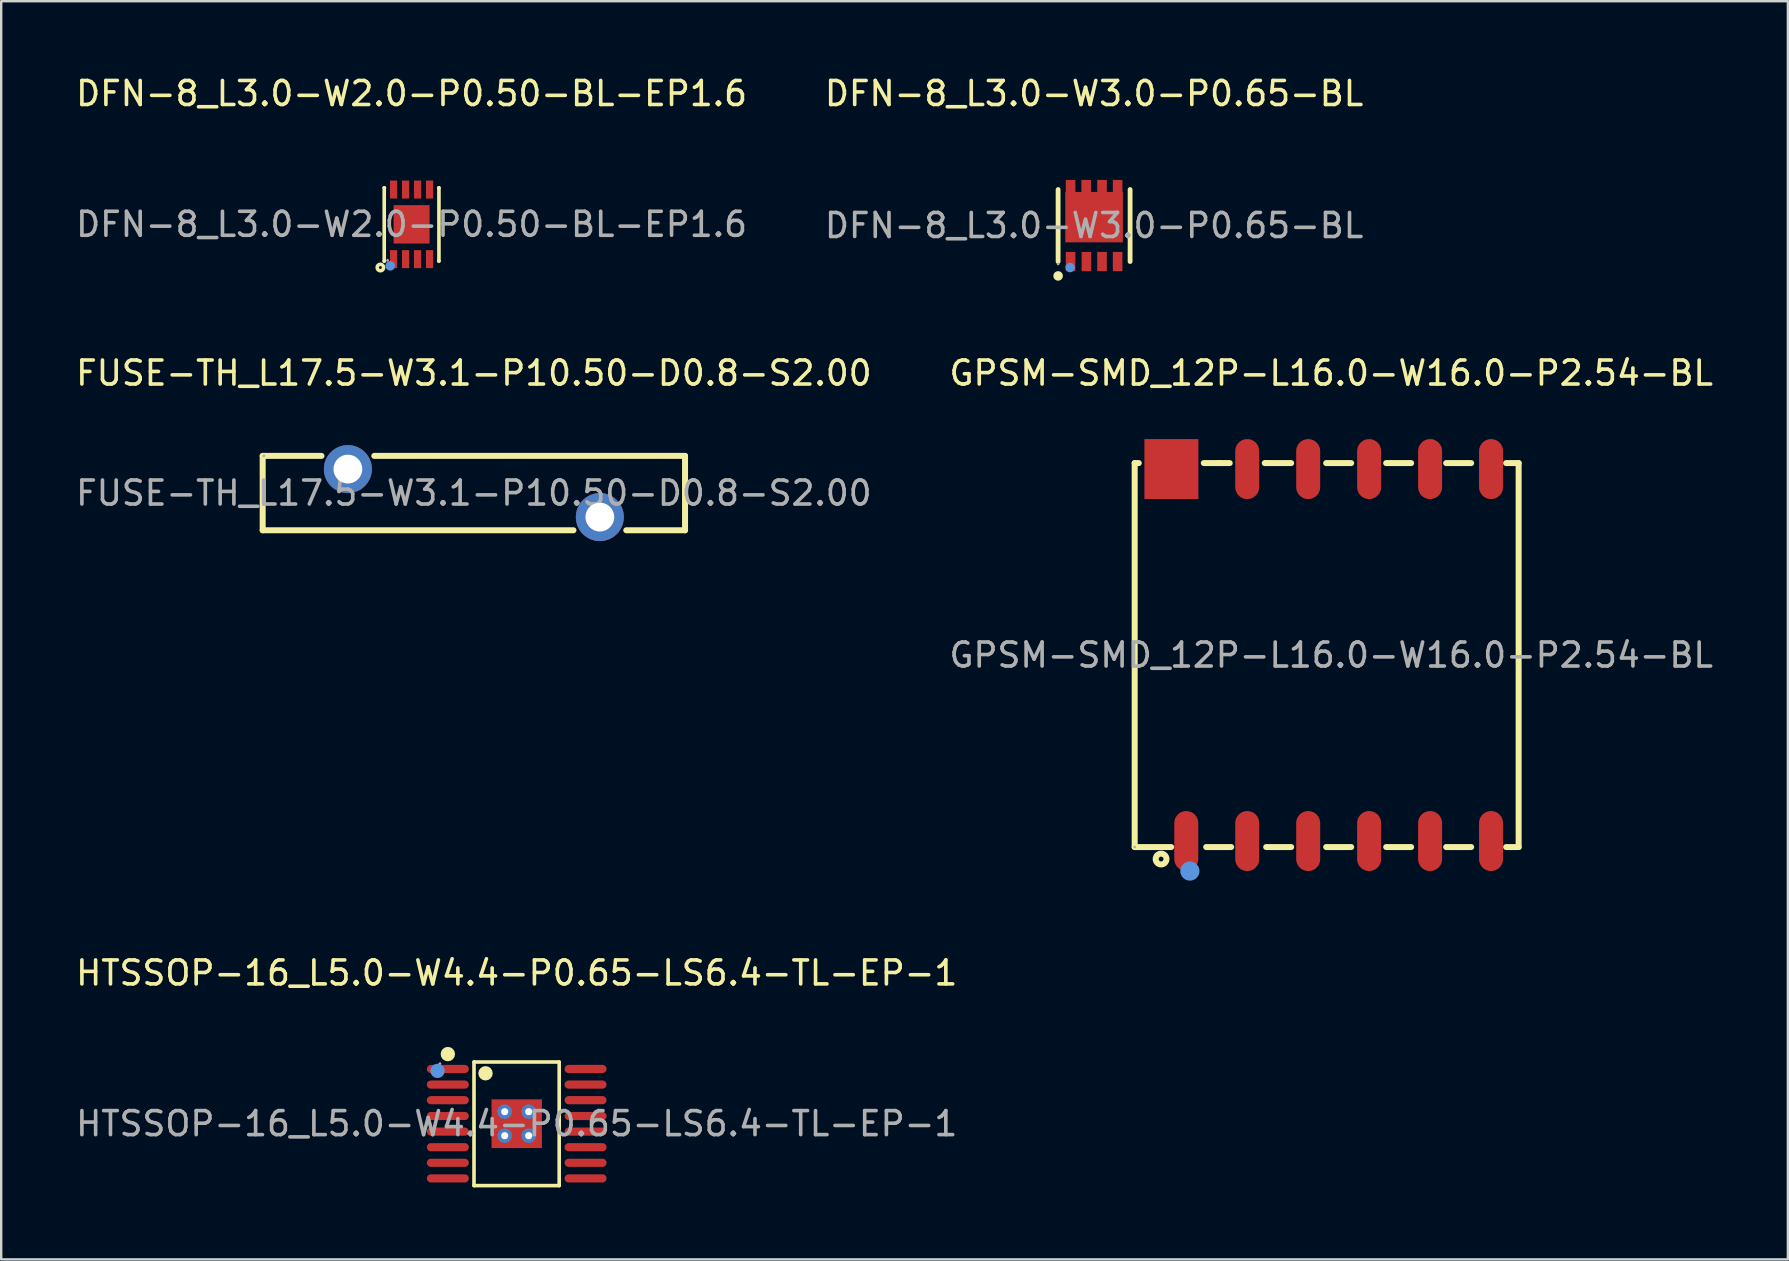
<source format=kicad_pcb>
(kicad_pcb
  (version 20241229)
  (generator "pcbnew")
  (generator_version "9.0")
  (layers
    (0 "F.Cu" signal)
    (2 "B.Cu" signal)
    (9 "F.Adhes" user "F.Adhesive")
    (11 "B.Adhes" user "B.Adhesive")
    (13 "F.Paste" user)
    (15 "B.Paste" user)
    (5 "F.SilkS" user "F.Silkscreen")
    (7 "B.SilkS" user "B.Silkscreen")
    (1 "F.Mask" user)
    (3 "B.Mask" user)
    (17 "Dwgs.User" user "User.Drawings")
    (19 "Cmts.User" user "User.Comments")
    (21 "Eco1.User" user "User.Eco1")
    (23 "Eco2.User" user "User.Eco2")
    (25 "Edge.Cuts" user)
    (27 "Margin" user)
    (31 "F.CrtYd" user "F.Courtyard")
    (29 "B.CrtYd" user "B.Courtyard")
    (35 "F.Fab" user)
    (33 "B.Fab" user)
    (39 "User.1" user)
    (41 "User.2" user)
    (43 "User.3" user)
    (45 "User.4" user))
  (footprint "DFN-8_L3.0-W2.0-P0.50-BL-EP1.6"
    (layer "F.Cu")
    (at 14.101 6.298)
    (property "Reference" "DFN-8_L3.0-W2.0-P0.50-BL-EP1.6" (at 0 -5.45 0) (layer "F.SilkS") (effects (font (size 1 1) (thickness 0.15))))
    (attr smd)
    (fp_line (start -1.14 -1.52) (end -1.14 1.53) (stroke (width 0.15) (type solid)) (layer "F.SilkS"))
    (fp_line (start -1.14 1.53) (end -1.13 1.53) (stroke (width 0.15) (type solid)) (layer "F.SilkS"))
    (fp_line (start -1.13 -1.52) (end -1.14 -1.52) (stroke (width 0.15) (type solid)) (layer "F.SilkS"))
    (fp_line (start 1.13 1.53) (end 1.14 1.53) (stroke (width 0.15) (type solid)) (layer "F.SilkS"))
    (fp_line (start 1.14 -1.52) (end 1.13 -1.52) (stroke (width 0.15) (type solid)) (layer "F.SilkS"))
    (fp_line (start 1.14 1.53) (end 1.14 -1.52) (stroke (width 0.15) (type solid)) (layer "F.SilkS"))
    (fp_circle (center -1.3 1.8) (end -1.24 1.8) (stroke (width 0.15) (type solid)) (fill no) (layer "F.SilkS"))
    (fp_circle (center -0.89 1.73) (end -0.79 1.73) (stroke (width 0.2) (type solid)) (fill no) (layer "Cmts.User"))
    (fp_circle (center -1 1.5) (end -0.97 1.5) (stroke (width 0.06) (type solid)) (fill no) (layer "F.Fab"))
    (fp_text user "${REFERENCE}" (at 0 0 0) (layer "F.Fab") (effects (font (size 1 1) (thickness 0.15))))
    (pad "1" smd rect (at -0.75 1.45) (size 0.3 0.75) (layers "F.Cu" "F.Mask" "F.Paste"))
    (pad "2" smd rect (at -0.25 1.45) (size 0.3 0.75) (layers "F.Cu" "F.Mask" "F.Paste"))
    (pad "3" smd rect (at 0.25 1.45) (size 0.3 0.75) (layers "F.Cu" "F.Mask" "F.Paste"))
    (pad "4" smd rect (at 0.75 1.45) (size 0.3 0.75) (layers "F.Cu" "F.Mask" "F.Paste"))
    (pad "5" smd rect (at 0.75 -1.45) (size 0.3 0.75) (layers "F.Cu" "F.Mask" "F.Paste"))
    (pad "6" smd rect (at 0.25 -1.45) (size 0.3 0.75) (layers "F.Cu" "F.Mask" "F.Paste"))
    (pad "7" smd rect (at -0.25 -1.45) (size 0.3 0.75) (layers "F.Cu" "F.Mask" "F.Paste"))
    (pad "8" smd rect (at -0.75 -1.45) (size 0.3 0.75) (layers "F.Cu" "F.Mask" "F.Paste"))
    (pad "9" smd rect (at 0 0) (size 1.5 1.6) (layers "F.Cu" "F.Mask" "F.Paste")))
  (footprint "FUSE-TH_L17.5-W3.1-P10.50-D0.8-S2.00"
    (layer "F.Cu")
    (at 16.696 17.497)
    (property "Reference" "FUSE-TH_L17.5-W3.1-P10.50-D0.8-S2.00" (at 0 -5 0) (layer "F.SilkS") (effects (font (size 1 1) (thickness 0.15))))
    (attr through_hole)
    (fp_line (start -8.8 -1.55) (end -6.35 -1.55) (stroke (width 0.25) (type solid)) (layer "F.SilkS"))
    (fp_line (start -8.8 1.55) (end -8.8 -1.55) (stroke (width 0.25) (type solid)) (layer "F.SilkS"))
    (fp_line (start -8.8 1.55) (end 4.15 1.55) (stroke (width 0.25) (type solid)) (layer "F.SilkS"))
    (fp_line (start -4.15 -1.55) (end 8.8 -1.55) (stroke (width 0.25) (type solid)) (layer "F.SilkS"))
    (fp_line (start 6.35 1.55) (end 8.8 1.55) (stroke (width 0.25) (type solid)) (layer "F.SilkS"))
    (fp_line (start 8.8 -1.55) (end 8.8 1.55) (stroke (width 0.25) (type solid)) (layer "F.SilkS"))
    (fp_circle (center -8.75 -1.55) (end -8.72 -1.55) (stroke (width 0.06) (type solid)) (fill no) (layer "F.Fab"))
    (fp_circle (center -5.25 -1) (end -5.05 -1) (stroke (width 0.4) (type solid)) (fill no) (layer "F.Fab"))
    (fp_circle (center 5.25 1) (end 5.45 1) (stroke (width 0.4) (type solid)) (fill no) (layer "F.Fab"))
    (fp_text user "${REFERENCE}" (at 0 0 0) (layer "F.Fab") (effects (font (size 1 1) (thickness 0.15))))
    (pad "1" thru_hole circle (at -5.25 -1) (size 2 2) (drill 1.2) (layers "*.Cu" "*.Mask"))
    (pad "2" thru_hole circle (at 5.25 1) (size 2 2) (drill 1.2) (layers "*.Cu" "*.Mask")))
  (footprint "GPSM-SMD_12P-L16.0-W16.0-P2.54-BL"
    (layer "F.Cu")
    (at 52.423 24.247)
    (property "Reference" "GPSM-SMD_12P-L16.0-W16.0-P2.54-BL" (at 0 -11.75 0) (layer "F.SilkS") (effects (font (size 1 1) (thickness 0.15))))
    (attr smd)
    (fp_line (start -8.19 -8) (end -8.02 -8) (stroke (width 0.25) (type solid)) (layer "F.SilkS"))
    (fp_line (start -8.19 8) (end -8.19 -8) (stroke (width 0.25) (type solid)) (layer "F.SilkS"))
    (fp_line (start -6.67 8) (end -8.19 8) (stroke (width 0.25) (type solid)) (layer "F.SilkS"))
    (fp_line (start -5.31 -8) (end -4.68 -8) (stroke (width 0.25) (type solid)) (layer "F.SilkS"))
    (fp_line (start -4.23 -8) (end -4.68 -8) (stroke (width 0.25) (type solid)) (layer "F.SilkS"))
    (fp_line (start -4.17 8) (end -5.21 8) (stroke (width 0.25) (type solid)) (layer "F.SilkS"))
    (fp_line (start -2.71 -8) (end -2.77 -8) (stroke (width 0.25) (type solid)) (layer "F.SilkS"))
    (fp_line (start -2.71 -8) (end -1.67 -8) (stroke (width 0.25) (type solid)) (layer "F.SilkS"))
    (fp_line (start -1.67 8) (end -2.71 8) (stroke (width 0.25) (type solid)) (layer "F.SilkS"))
    (fp_line (start -0.21 -8) (end 0.83 -8) (stroke (width 0.25) (type solid)) (layer "F.SilkS"))
    (fp_line (start 0.83 8) (end -0.21 8) (stroke (width 0.25) (type solid)) (layer "F.SilkS"))
    (fp_line (start 2.29 -8) (end 3.33 -8) (stroke (width 0.25) (type solid)) (layer "F.SilkS"))
    (fp_line (start 3.33 8) (end 2.29 8) (stroke (width 0.25) (type solid)) (layer "F.SilkS"))
    (fp_line (start 4.79 -8) (end 5.83 -8) (stroke (width 0.25) (type solid)) (layer "F.SilkS"))
    (fp_line (start 5.83 8) (end 4.79 8) (stroke (width 0.25) (type solid)) (layer "F.SilkS"))
    (fp_line (start 7.29 -8) (end 7.81 -8) (stroke (width 0.25) (type solid)) (layer "F.SilkS"))
    (fp_line (start 7.81 -8) (end 7.81 8) (stroke (width 0.25) (type solid)) (layer "F.SilkS"))
    (fp_line (start 7.81 8) (end 7.29 8) (stroke (width 0.25) (type solid)) (layer "F.SilkS"))
    (fp_circle (center -7.09 8.5) (end -6.99 8.5) (stroke (width 0.25) (type solid)) (fill no) (layer "F.SilkS"))
    (fp_circle (center -5.89 9) (end -5.69 9) (stroke (width 0.4) (type solid)) (fill no) (layer "Cmts.User"))
    (fp_circle (center -8.19 8) (end -8.16 8) (stroke (width 0.06) (type solid)) (fill no) (layer "F.Fab"))
    (fp_text user "${REFERENCE}" (at 0 0 0) (layer "F.Fab") (effects (font (size 1 1) (thickness 0.15))))
    (pad "1" smd oval (at -6.04 7.75) (size 1 2.5) (layers "F.Cu" "F.Mask" "F.Paste"))
    (pad "2" smd oval (at -3.5 7.75) (size 1 2.5) (layers "F.Cu" "F.Mask" "F.Paste"))
    (pad "3" smd oval (at -0.96 7.75) (size 1 2.5) (layers "F.Cu" "F.Mask" "F.Paste"))
    (pad "4" smd oval (at 1.58 7.75) (size 1 2.5) (layers "F.Cu" "F.Mask" "F.Paste"))
    (pad "5" smd oval (at 4.12 7.75) (size 1 2.5) (layers "F.Cu" "F.Mask" "F.Paste"))
    (pad "6" smd oval (at 6.66 7.75) (size 1 2.5) (layers "F.Cu" "F.Mask" "F.Paste"))
    (pad "7" smd oval (at 6.66 -7.75) (size 1 2.5) (layers "F.Cu" "F.Mask" "F.Paste"))
    (pad "8" smd oval (at 4.12 -7.75) (size 1 2.5) (layers "F.Cu" "F.Mask" "F.Paste"))
    (pad "9" smd oval (at 1.58 -7.75) (size 1 2.5) (layers "F.Cu" "F.Mask" "F.Paste"))
    (pad "10" smd oval (at -0.96 -7.75) (size 1 2.5) (layers "F.Cu" "F.Mask" "F.Paste"))
    (pad "11" smd oval (at -3.5 -7.75) (size 1 2.5) (layers "F.Cu" "F.Mask" "F.Paste"))
    (pad "12" smd rect (at -6.66 -7.75) (size 2.25 2.5) (layers "F.Cu" "F.Mask" "F.Paste")))
  (footprint "DFN-8_L3.0-W3.0-P0.65-BL"
    (layer "F.Cu")
    (at 42.542 6.348)
    (property "Reference" "DFN-8_L3.0-W3.0-P0.65-BL" (at 0 -5.5 0) (layer "F.SilkS") (effects (font (size 1 1) (thickness 0.15))))
    (attr smd)
    (fp_line (start -1.5 -1.5) (end -1.5 1.5) (stroke (width 0.2) (type solid)) (layer "F.SilkS"))
    (fp_line (start 1.5 -1.5) (end 1.5 1.5) (stroke (width 0.2) (type solid)) (layer "F.SilkS"))
    (fp_circle (center -1.5 2.1) (end -1.4 2.1) (stroke (width 0.2) (type solid)) (fill no) (layer "F.SilkS"))
    (fp_circle (center -1 1.75) (end -0.9 1.75) (stroke (width 0.2) (type solid)) (fill no) (layer "Cmts.User"))
    (fp_circle (center -1.5 1.6) (end -1.47 1.6) (stroke (width 0.06) (type solid)) (fill no) (layer "F.Fab"))
    (fp_text user "${REFERENCE}" (at 0 0 0) (layer "F.Fab") (effects (font (size 1 1) (thickness 0.15))))
    (pad "1" smd rect (at -0.98 1.5 180) (size 0.4 0.8) (layers "F.Cu" "F.Mask" "F.Paste"))
    (pad "2" smd rect (at -0.32 1.5 180) (size 0.4 0.8) (layers "F.Cu" "F.Mask" "F.Paste"))
    (pad "3" smd rect (at 0.33 1.5 180) (size 0.4 0.8) (layers "F.Cu" "F.Mask" "F.Paste"))
    (pad "4" smd rect (at 0.98 1.5 180) (size 0.4 0.8) (layers "F.Cu" "F.Mask" "F.Paste"))
    (pad "5" smd rect (at 0.98 -1.5 180) (size 0.4 0.8) (layers "F.Cu" "F.Mask" "F.Paste"))
    (pad "6" smd rect (at 0.33 -1.5 180) (size 0.4 0.8) (layers "F.Cu" "F.Mask" "F.Paste"))
    (pad "7" smd rect (at -0.33 -1.5 180) (size 0.4 0.8) (layers "F.Cu" "F.Mask" "F.Paste"))
    (pad "8" smd rect (at -0.98 -1.5 180) (size 0.4 0.8) (layers "F.Cu" "F.Mask" "F.Paste"))
    (pad "9" smd rect (at 0 -0.35) (size 2.4 2.1) (layers "F.Cu" "F.Mask" "F.Paste")))
  (footprint "HTSSOP-16_L5.0-W4.4-P0.65-LS6.4-TL-EP-1"
    (layer "F.Cu")
    (at 18.482 43.775)
    (property "Reference" "HTSSOP-16_L5.0-W4.4-P0.65-LS6.4-TL-EP-1" (at 0 -6.28 0) (layer "F.SilkS") (effects (font (size 1 1) (thickness 0.15))))
    (attr smd)
    (fp_line (start -1.78 -2.57) (end 1.77 -2.57) (stroke (width 0.15) (type solid)) (layer "F.SilkS"))
    (fp_line (start -1.78 2.58) (end -1.78 -2.57) (stroke (width 0.15) (type solid)) (layer "F.SilkS"))
    (fp_line (start 1.77 -2.57) (end 1.77 2.58) (stroke (width 0.15) (type solid)) (layer "F.SilkS"))
    (fp_line (start 1.77 2.58) (end -1.78 2.58) (stroke (width 0.15) (type solid)) (layer "F.SilkS"))
    (fp_circle (center -2.87 -2.9) (end -2.72 -2.9) (stroke (width 0.3) (type solid)) (fill no) (layer "F.SilkS"))
    (fp_circle (center -1.3 -2.1) (end -1.15 -2.1) (stroke (width 0.3) (type solid)) (fill no) (layer "F.SilkS"))
    (fp_circle (center -3.3 -2.2) (end -3.15 -2.2) (stroke (width 0.3) (type solid)) (fill no) (layer "Cmts.User"))
    (fp_circle (center -3.2 -2.5) (end -3.17 -2.5) (stroke (width 0.06) (type solid)) (fill no) (layer "F.Fab"))
    (fp_text user "${REFERENCE}" (at 0 0 0) (layer "F.Fab") (effects (font (size 1 1) (thickness 0.15))))
    (pad "" thru_hole circle (at -0.5 -0.5) (size 0.61 0.61) (drill 0.3) (layers "*.Cu" "*.Paste" "*.Mask"))
    (pad "" thru_hole circle (at -0.5 0.5) (size 0.61 0.61) (drill 0.3) (layers "*.Cu" "*.Paste" "*.Mask"))
    (pad "" thru_hole circle (at 0.5 -0.5) (size 0.61 0.61) (drill 0.3) (layers "*.Cu" "*.Paste" "*.Mask"))
    (pad "" thru_hole circle (at 0.5 0.5) (size 0.61 0.61) (drill 0.3) (layers "*.Cu" "*.Paste" "*.Mask"))
    (pad "1" smd oval (at -2.87 -2.28) (size 1.75 0.34) (layers "F.Cu" "F.Mask" "F.Paste"))
    (pad "2" smd oval (at -2.87 -1.63) (size 1.75 0.34) (layers "F.Cu" "F.Mask" "F.Paste"))
    (pad "3" smd oval (at -2.87 -0.98) (size 1.75 0.34) (layers "F.Cu" "F.Mask" "F.Paste"))
    (pad "4" smd oval (at -2.87 -0.32) (size 1.75 0.34) (layers "F.Cu" "F.Mask" "F.Paste"))
    (pad "5" smd oval (at -2.87 0.33) (size 1.75 0.34) (layers "F.Cu" "F.Mask" "F.Paste"))
    (pad "6" smd oval (at -2.87 0.98) (size 1.75 0.34) (layers "F.Cu" "F.Mask" "F.Paste"))
    (pad "7" smd oval (at -2.87 1.63) (size 1.75 0.34) (layers "F.Cu" "F.Mask" "F.Paste"))
    (pad "8" smd oval (at -2.87 2.28) (size 1.75 0.34) (layers "F.Cu" "F.Mask" "F.Paste"))
    (pad "9" smd oval (at 2.87 2.28) (size 1.75 0.34) (layers "F.Cu" "F.Mask" "F.Paste"))
    (pad "10" smd oval (at 2.87 1.63) (size 1.75 0.34) (layers "F.Cu" "F.Mask" "F.Paste"))
    (pad "11" smd oval (at 2.87 0.98) (size 1.75 0.34) (layers "F.Cu" "F.Mask" "F.Paste"))
    (pad "12" smd oval (at 2.87 0.33) (size 1.75 0.34) (layers "F.Cu" "F.Mask" "F.Paste"))
    (pad "13" smd oval (at 2.87 -0.32) (size 1.75 0.34) (layers "F.Cu" "F.Mask" "F.Paste"))
    (pad "14" smd oval (at 2.87 -0.98) (size 1.75 0.34) (layers "F.Cu" "F.Mask" "F.Paste"))
    (pad "15" smd oval (at 2.87 -1.63) (size 1.75 0.34) (layers "F.Cu" "F.Mask" "F.Paste"))
    (pad "16" smd oval (at 2.87 -2.28) (size 1.75 0.34) (layers "F.Cu" "F.Mask" "F.Paste"))
    (pad "17" smd rect (at 0 0) (size 2.1 2.03) (layers "F.Cu" "F.Mask" "F.Paste")))
  (gr_rect
    (start -3 -3)
    (end 71.452 49.43)
    (stroke (width 0.1) (type default))
    (fill no)
    (layer "Edge.Cuts")))
</source>
